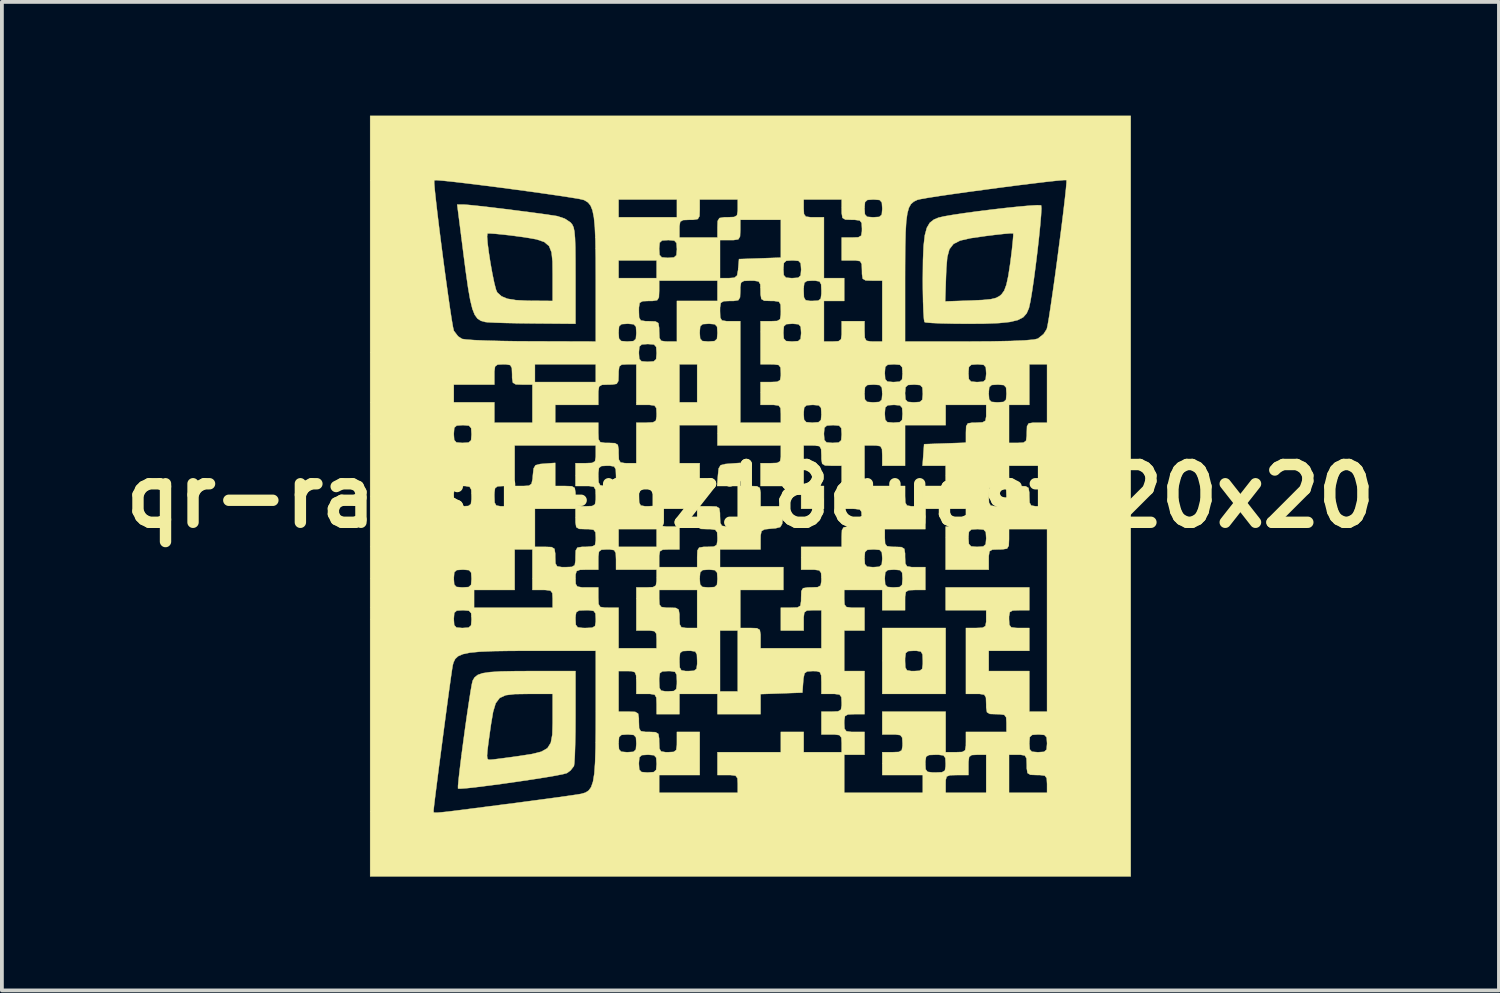
<source format=kicad_pcb>
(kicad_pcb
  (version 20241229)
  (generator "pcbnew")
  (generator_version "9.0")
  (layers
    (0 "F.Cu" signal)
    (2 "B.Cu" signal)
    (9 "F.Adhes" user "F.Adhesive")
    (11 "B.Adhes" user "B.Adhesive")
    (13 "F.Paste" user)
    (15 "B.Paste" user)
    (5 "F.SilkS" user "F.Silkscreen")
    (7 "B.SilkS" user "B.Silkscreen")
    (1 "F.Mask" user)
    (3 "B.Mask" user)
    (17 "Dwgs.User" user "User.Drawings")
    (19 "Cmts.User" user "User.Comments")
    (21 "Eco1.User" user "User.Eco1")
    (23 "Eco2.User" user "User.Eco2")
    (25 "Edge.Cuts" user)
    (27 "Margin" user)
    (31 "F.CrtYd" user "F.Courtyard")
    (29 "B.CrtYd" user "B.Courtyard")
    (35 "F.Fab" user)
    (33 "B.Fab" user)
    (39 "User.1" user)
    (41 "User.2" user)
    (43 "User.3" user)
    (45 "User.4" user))
  (footprint "qr-racsu-mz18quest_20x20"
    (layer "F.Cu")
    (at 16.735 10.031)
    (property "Reference" "qr-racsu-mz18quest_20x20" (at 0 0 0) (layer "F.SilkS") (effects (font (size 1.524 1.524) (thickness 0.3))))
    (attr through_hole)
    (fp_poly (pts (xy 5.147 5.214) (xy 3.476 5.214) (xy 3.476 4.345) (xy 4.077 4.345) (xy 4.084 4.516) (xy 4.128 4.592) (xy 4.242 4.612) (xy 4.311 4.612) (xy 4.461 4.604) (xy 4.528 4.554) (xy 4.545 4.424) (xy 4.545 4.345) (xy 4.538 4.174) (xy 4.494 4.097) (xy 4.38 4.078) (xy 4.311 4.077) (xy 4.162 4.085) (xy 4.095 4.135) (xy 4.078 4.266) (xy 4.077 4.345) (xy 3.476 4.345) (xy 3.476 3.476) (xy 5.147 3.476) (xy 5.147 5.214)) (stroke (width 0.01) (type solid)) (fill yes) (layer "F.SilkS"))
    (fp_poly (pts (xy -7.428 -7.678) (xy -7.202 -7.655) (xy -6.899 -7.621) (xy -6.548 -7.579) (xy -6.176 -7.532) (xy -5.811 -7.485) (xy -5.482 -7.441) (xy -5.217 -7.402) (xy -5.093 -7.383) (xy -4.896 -7.317) (xy -4.742 -7.215) (xy -4.697 -7.16) (xy -4.663 -7.087) (xy -4.64 -6.976) (xy -4.625 -6.806) (xy -4.616 -6.56) (xy -4.613 -6.217) (xy -4.612 -5.815) (xy -4.612 -4.545) (xy -5.732 -4.554) (xy -6.115 -4.559) (xy -6.46 -4.566) (xy -6.74 -4.575) (xy -6.93 -4.585) (xy -6.995 -4.592) (xy -7.106 -4.623) (xy -7.195 -4.681) (xy -7.268 -4.78) (xy -7.33 -4.937) (xy -7.387 -5.168) (xy -7.443 -5.488) (xy -7.504 -5.915) (xy -7.552 -6.283) (xy -7.623 -6.843) (xy -6.943 -6.843) (xy -6.929 -6.663) (xy -6.897 -6.419) (xy -6.854 -6.142) (xy -6.804 -5.865) (xy -6.754 -5.622) (xy -6.708 -5.445) (xy -6.676 -5.371) (xy -6.564 -5.27) (xy -6.41 -5.205) (xy -6.185 -5.168) (xy -5.863 -5.152) (xy -5.765 -5.151) (xy -5.214 -5.147) (xy -5.214 -5.838) (xy -5.218 -6.183) (xy -5.243 -6.428) (xy -5.309 -6.594) (xy -5.436 -6.702) (xy -5.644 -6.772) (xy -5.953 -6.825) (xy -6.189 -6.857) (xy -6.483 -6.893) (xy -6.724 -6.917) (xy -6.884 -6.928) (xy -6.934 -6.924) (xy -6.943 -6.843) (xy -7.623 -6.843) (xy -7.731 -7.687) (xy -7.55 -7.687) (xy -7.428 -7.678)) (stroke (width 0.01) (type solid)) (fill yes) (layer "F.SilkS"))
    (fp_poly (pts (xy -4.612 5.81) (xy -4.614 6.203) (xy -4.621 6.554) (xy -4.63 6.839) (xy -4.642 7.036) (xy -4.653 7.115) (xy -4.742 7.231) (xy -4.837 7.301) (xy -4.934 7.328) (xy -5.134 7.368) (xy -5.415 7.416) (xy -5.752 7.469) (xy -6.122 7.524) (xy -6.502 7.578) (xy -6.867 7.627) (xy -7.194 7.668) (xy -7.459 7.698) (xy -7.639 7.712) (xy -7.709 7.709) (xy -7.709 7.638) (xy -7.692 7.457) (xy -7.662 7.192) (xy -7.622 6.866) (xy -7.619 6.843) (xy -6.944 6.843) (xy -6.936 6.918) (xy -6.911 6.946) (xy -6.868 6.95) (xy -6.868 6.95) (xy -6.769 6.941) (xy -6.571 6.916) (xy -6.307 6.881) (xy -6.128 6.856) (xy -5.764 6.8) (xy -5.512 6.737) (xy -5.352 6.645) (xy -5.263 6.503) (xy -5.223 6.287) (xy -5.214 5.976) (xy -5.214 5.872) (xy -5.214 5.214) (xy -5.872 5.214) (xy -6.213 5.219) (xy -6.452 5.248) (xy -6.612 5.321) (xy -6.716 5.46) (xy -6.784 5.685) (xy -6.84 6.016) (xy -6.856 6.128) (xy -6.904 6.47) (xy -6.933 6.701) (xy -6.944 6.843) (xy -7.619 6.843) (xy -7.574 6.503) (xy -7.523 6.125) (xy -7.471 5.758) (xy -7.421 5.424) (xy -7.378 5.147) (xy -7.343 4.951) (xy -7.321 4.861) (xy -7.271 4.777) (xy -7.189 4.713) (xy -7.06 4.668) (xy -6.864 4.639) (xy -6.585 4.621) (xy -6.203 4.614) (xy -5.82 4.612) (xy -4.612 4.612) (xy -4.612 5.81)) (stroke (width 0.01) (type solid)) (fill yes) (layer "F.SilkS"))
    (fp_poly (pts (xy 7.659 -7.667) (xy 7.665 -7.665) (xy 7.672 -7.586) (xy 7.662 -7.4) (xy 7.639 -7.131) (xy 7.606 -6.803) (xy 7.565 -6.441) (xy 7.519 -6.069) (xy 7.472 -5.712) (xy 7.425 -5.394) (xy 7.383 -5.141) (xy 7.347 -4.975) (xy 7.342 -4.957) (xy 7.283 -4.82) (xy 7.192 -4.717) (xy 7.051 -4.643) (xy 6.844 -4.593) (xy 6.553 -4.563) (xy 6.161 -4.548) (xy 5.728 -4.545) (xy 5.359 -4.548) (xy 5.037 -4.555) (xy 4.786 -4.566) (xy 4.63 -4.579) (xy 4.59 -4.59) (xy 4.575 -4.668) (xy 4.562 -4.857) (xy 4.552 -5.134) (xy 4.552 -5.134) (xy 5.134 -5.134) (xy 5.807 -5.157) (xy 6.126 -5.172) (xy 6.341 -5.193) (xy 6.481 -5.228) (xy 6.577 -5.282) (xy 6.621 -5.321) (xy 6.692 -5.42) (xy 6.749 -5.575) (xy 6.8 -5.81) (xy 6.852 -6.151) (xy 6.856 -6.184) (xy 6.893 -6.479) (xy 6.918 -6.72) (xy 6.931 -6.879) (xy 6.929 -6.929) (xy 6.858 -6.93) (xy 6.683 -6.915) (xy 6.431 -6.887) (xy 6.184 -6.856) (xy 5.802 -6.801) (xy 5.531 -6.739) (xy 5.353 -6.649) (xy 5.246 -6.511) (xy 5.19 -6.303) (xy 5.165 -6.004) (xy 5.157 -5.807) (xy 5.134 -5.134) (xy 4.552 -5.134) (xy 4.546 -5.473) (xy 4.545 -5.728) (xy 4.55 -6.222) (xy 4.566 -6.599) (xy 4.598 -6.877) (xy 4.651 -7.074) (xy 4.729 -7.207) (xy 4.837 -7.292) (xy 4.957 -7.342) (xy 5.103 -7.376) (xy 5.342 -7.417) (xy 5.65 -7.463) (xy 6.002 -7.511) (xy 6.373 -7.557) (xy 6.739 -7.599) (xy 7.075 -7.634) (xy 7.356 -7.659) (xy 7.56 -7.671) (xy 7.659 -7.667)) (stroke (width 0.01) (type solid)) (fill yes) (layer "F.SilkS"))
    (fp_poly (pts (xy 10.026 10.026) (xy -10.026 10.026) (xy -10.026 8.322) (xy -8.357 8.322) (xy -8.351 8.336) (xy -8.325 8.345) (xy -8.264 8.345) (xy -8.154 8.336) (xy -7.98 8.318) (xy -7.729 8.287) (xy -7.386 8.243) (xy -6.936 8.185) (xy -6.448 8.122) (xy -5.963 8.059) (xy -5.513 7.999) (xy -5.118 7.946) (xy -4.799 7.901) (xy -4.573 7.868) (xy -4.461 7.849) (xy -4.351 7.817) (xy -4.265 7.762) (xy -4.199 7.67) (xy -4.15 7.526) (xy -4.116 7.317) (xy -4.097 7.052) (xy -2.941 7.052) (xy -2.931 7.209) (xy -2.872 7.273) (xy -2.725 7.286) (xy -2.707 7.286) (xy -2.55 7.275) (xy -2.486 7.217) (xy -2.473 7.07) (xy -2.473 7.052) (xy -2.484 6.895) (xy -2.542 6.831) (xy -2.689 6.818) (xy -2.707 6.818) (xy -2.864 6.828) (xy -2.928 6.887) (xy -2.941 7.034) (xy -2.941 7.052) (xy -4.097 7.052) (xy -4.095 7.027) (xy -4.083 6.642) (xy -4.082 6.517) (xy -3.476 6.517) (xy -3.465 6.674) (xy -3.407 6.738) (xy -3.26 6.751) (xy -3.242 6.751) (xy -3.085 6.741) (xy -3.021 6.682) (xy -3.008 6.535) (xy -3.008 6.517) (xy -3.018 6.36) (xy -3.077 6.296) (xy -3.224 6.283) (xy -3.242 6.283) (xy -3.399 6.294) (xy -3.463 6.352) (xy -3.476 6.499) (xy -3.476 6.517) (xy -4.082 6.517) (xy -4.078 6.147) (xy -4.077 5.752) (xy -4.077 4.612) (xy -3.476 4.612) (xy -3.476 5.682) (xy -3.208 5.682) (xy -3.037 5.688) (xy -2.961 5.733) (xy -2.942 5.855) (xy -2.941 5.949) (xy -2.935 6.12) (xy -2.89 6.196) (xy -2.767 6.216) (xy -2.674 6.216) (xy -2.503 6.223) (xy -2.427 6.268) (xy -2.407 6.39) (xy -2.406 6.484) (xy -2.399 6.655) (xy -2.356 6.731) (xy -2.241 6.75) (xy -2.172 6.751) (xy -2.023 6.743) (xy -1.956 6.693) (xy -1.939 6.563) (xy -1.938 6.484) (xy -1.938 6.216) (xy -1.337 6.216) (xy -1.337 7.353) (xy -2.406 7.353) (xy -2.406 7.821) (xy -0.334 7.821) (xy -0.334 7.587) (xy -0.342 7.437) (xy -0.392 7.37) (xy -0.523 7.353) (xy -0.602 7.353) (xy -0.869 7.353) (xy -0.869 6.751) (xy 0.802 6.751) (xy 0.802 6.216) (xy 1.404 6.216) (xy 1.404 6.751) (xy 2.406 6.751) (xy 2.406 6.517) (xy 2.398 6.367) (xy 2.348 6.301) (xy 2.218 6.284) (xy 2.139 6.283) (xy 1.872 6.283) (xy 1.872 5.682) (xy 2.139 5.682) (xy 2.31 5.674) (xy 2.386 5.631) (xy 2.406 5.517) (xy 2.406 5.448) (xy 2.398 5.298) (xy 2.348 5.231) (xy 2.218 5.214) (xy 2.139 5.214) (xy 1.872 5.214) (xy 1.872 4.913) (xy 1.867 4.728) (xy 1.833 4.641) (xy 1.742 4.614) (xy 1.641 4.612) (xy 1.497 4.621) (xy 1.427 4.671) (xy 1.399 4.8) (xy 1.391 4.896) (xy 1.37 5.18) (xy 0.267 5.219) (xy 0.267 5.748) (xy -0.869 5.748) (xy -0.869 5.214) (xy -1.872 5.214) (xy -1.872 5.748) (xy -2.473 5.748) (xy -2.473 5.481) (xy -2.48 5.31) (xy -2.525 5.234) (xy -2.647 5.214) (xy -2.741 5.214) (xy -3.008 5.214) (xy -3.008 4.913) (xy -3.009 4.879) (xy -2.406 4.879) (xy -2.399 5.051) (xy -2.356 5.127) (xy -2.241 5.146) (xy -2.172 5.147) (xy -2.023 5.139) (xy -1.956 5.089) (xy -1.939 4.958) (xy -1.938 4.879) (xy -1.946 4.708) (xy -1.989 4.632) (xy -2.103 4.613) (xy -2.172 4.612) (xy -2.322 4.62) (xy -2.389 4.67) (xy -2.406 4.801) (xy -2.406 4.879) (xy -3.009 4.879) (xy -3.013 4.728) (xy -3.047 4.641) (xy -3.138 4.614) (xy -3.242 4.612) (xy -3.476 4.612) (xy -4.077 4.612) (xy -4.077 4.345) (xy -1.872 4.345) (xy -1.864 4.516) (xy -1.821 4.592) (xy -1.707 4.612) (xy -1.638 4.612) (xy -1.488 4.604) (xy -1.421 4.554) (xy -1.404 4.424) (xy -1.404 4.345) (xy -1.411 4.174) (xy -1.454 4.097) (xy -1.569 4.078) (xy -1.638 4.077) (xy -1.787 4.085) (xy -1.854 4.135) (xy -1.871 4.266) (xy -1.872 4.345) (xy -4.077 4.345) (xy -4.077 4.077) (xy -5.752 4.077) (xy -6.327 4.079) (xy -6.783 4.086) (xy -7.134 4.101) (xy -7.395 4.126) (xy -7.581 4.165) (xy -7.706 4.219) (xy -7.784 4.292) (xy -7.829 4.385) (xy -7.849 4.461) (xy -7.866 4.564) (xy -7.897 4.777) (xy -7.939 5.077) (xy -7.989 5.445) (xy -8.044 5.858) (xy -8.102 6.297) (xy -8.16 6.739) (xy -8.216 7.164) (xy -8.265 7.551) (xy -8.307 7.88) (xy -8.337 8.127) (xy -8.353 8.274) (xy -8.355 8.303) (xy -8.357 8.322) (xy -10.026 8.322) (xy -10.026 3.242) (xy -7.821 3.242) (xy -7.81 3.399) (xy -7.752 3.463) (xy -7.604 3.476) (xy -7.587 3.476) (xy -7.43 3.465) (xy -7.365 3.407) (xy -7.353 3.26) (xy -7.353 3.242) (xy -4.612 3.242) (xy -4.604 3.392) (xy -4.554 3.458) (xy -4.424 3.475) (xy -4.345 3.476) (xy -4.174 3.469) (xy -4.097 3.425) (xy -4.078 3.311) (xy -4.077 3.242) (xy -4.085 3.092) (xy -4.135 3.025) (xy -4.266 3.008) (xy -4.345 3.008) (xy -4.516 3.015) (xy -4.592 3.059) (xy -4.612 3.173) (xy -4.612 3.242) (xy -7.353 3.242) (xy -7.363 3.085) (xy -7.421 3.021) (xy -7.569 3.008) (xy -7.587 3.008) (xy -7.743 3.018) (xy -7.808 3.077) (xy -7.82 3.224) (xy -7.821 3.242) (xy -10.026 3.242) (xy -10.026 2.473) (xy -7.286 2.473) (xy -7.286 2.941) (xy -5.214 2.941) (xy -5.214 2.707) (xy -5.222 2.557) (xy -5.272 2.491) (xy -5.402 2.474) (xy -5.481 2.473) (xy -5.748 2.473) (xy -5.748 2.172) (xy -4.612 2.172) (xy -4.606 2.316) (xy -4.562 2.384) (xy -4.445 2.405) (xy -4.311 2.406) (xy -4.011 2.406) (xy -4.011 2.674) (xy -4.004 2.845) (xy -3.959 2.921) (xy -3.837 2.94) (xy -3.743 2.941) (xy -3.476 2.941) (xy -3.476 4.011) (xy -2.473 4.011) (xy -2.473 3.777) (xy -2.481 3.627) (xy -2.531 3.56) (xy -2.662 3.543) (xy -2.741 3.543) (xy -0.802 3.543) (xy -0.802 5.147) (xy -0.334 5.147) (xy -0.334 3.543) (xy -0.802 3.543) (xy -2.741 3.543) (xy -3.008 3.543) (xy -3.008 2.473) (xy -2.406 2.473) (xy -2.406 2.707) (xy -2.398 2.857) (xy -2.348 2.923) (xy -2.218 2.941) (xy -2.139 2.941) (xy -1.968 2.947) (xy -1.892 2.993) (xy -1.872 3.115) (xy -1.872 3.208) (xy -1.864 3.38) (xy -1.821 3.456) (xy -1.707 3.475) (xy -1.638 3.476) (xy -1.404 3.476) (xy -1.404 2.473) (xy -2.406 2.473) (xy -3.008 2.473) (xy -3.008 2.406) (xy -2.741 2.406) (xy -2.569 2.399) (xy -2.493 2.356) (xy -2.474 2.241) (xy -2.473 2.172) (xy -1.337 2.172) (xy -1.326 2.329) (xy -1.268 2.393) (xy -1.121 2.406) (xy -1.103 2.406) (xy -0.946 2.396) (xy -0.882 2.338) (xy -0.869 2.19) (xy -0.869 2.172) (xy -0.879 2.016) (xy -0.938 1.951) (xy -1.085 1.938) (xy -1.103 1.938) (xy -1.26 1.949) (xy -1.324 2.007) (xy -1.337 2.155) (xy -1.337 2.172) (xy -2.473 2.172) (xy -2.473 1.938) (xy -3.543 1.938) (xy -3.543 1.671) (xy -3.55 1.5) (xy -3.593 1.424) (xy -3.708 1.404) (xy -3.777 1.404) (xy -3.926 1.412) (xy -3.993 1.462) (xy -4.01 1.592) (xy -4.011 1.671) (xy -4.011 1.938) (xy -4.311 1.938) (xy -4.496 1.943) (xy -4.584 1.977) (xy -4.61 2.068) (xy -4.612 2.172) (xy -5.748 2.172) (xy -5.748 1.404) (xy -6.216 1.404) (xy -6.216 2.473) (xy -7.286 2.473) (xy -10.026 2.473) (xy -10.026 2.172) (xy -7.821 2.172) (xy -7.81 2.329) (xy -7.752 2.393) (xy -7.604 2.406) (xy -7.587 2.406) (xy -7.43 2.396) (xy -7.365 2.338) (xy -7.353 2.19) (xy -7.353 2.172) (xy -7.363 2.016) (xy -7.421 1.951) (xy -7.569 1.938) (xy -7.587 1.938) (xy -7.743 1.949) (xy -7.808 2.007) (xy -7.82 2.155) (xy -7.821 2.172) (xy -10.026 2.172) (xy -10.026 0.334) (xy -5.682 0.334) (xy -5.682 1.337) (xy -5.414 1.337) (xy -5.243 1.343) (xy -5.167 1.388) (xy -5.147 1.511) (xy -5.147 1.604) (xy -5.14 1.775) (xy -5.095 1.851) (xy -4.973 1.871) (xy -4.879 1.872) (xy -4.708 1.865) (xy -4.632 1.82) (xy -4.613 1.698) (xy -4.612 1.604) (xy -4.606 1.433) (xy -4.561 1.357) (xy -4.438 1.337) (xy -4.345 1.337) (xy -4.174 1.33) (xy -4.097 1.286) (xy -4.078 1.172) (xy -4.077 1.103) (xy -4.085 0.953) (xy -4.135 0.887) (xy -4.266 0.869) (xy -4.345 0.869) (xy -3.476 0.869) (xy -3.476 1.337) (xy -2.473 1.337) (xy -2.473 0.869) (xy -3.476 0.869) (xy -4.345 0.869) (xy -4.516 0.863) (xy -4.592 0.817) (xy -4.611 0.695) (xy -4.612 0.602) (xy -4.612 0.334) (xy -2.406 0.334) (xy -2.406 0.568) (xy -2.398 0.718) (xy -2.348 0.785) (xy -2.218 0.802) (xy -2.139 0.802) (xy -1.872 0.802) (xy -1.872 1.404) (xy -2.139 1.404) (xy -2.31 1.411) (xy -2.386 1.454) (xy -2.406 1.569) (xy -2.406 1.638) (xy -2.406 1.872) (xy -1.404 1.872) (xy -1.404 1.604) (xy -1.397 1.433) (xy -1.352 1.357) (xy -1.23 1.337) (xy -1.136 1.337) (xy -0.965 1.33) (xy -0.889 1.286) (xy -0.87 1.172) (xy -0.869 1.103) (xy -0.877 0.953) (xy -0.927 0.887) (xy -1.057 0.869) (xy -1.136 0.869) (xy -1.307 0.863) (xy -1.383 0.817) (xy -1.403 0.695) (xy -1.404 0.602) (xy -1.404 0.334) (xy -2.406 0.334) (xy -4.612 0.334) (xy -5.682 0.334) (xy -10.026 0.334) (xy -10.026 0) (xy -7.821 0) (xy -7.813 0.171) (xy -7.77 0.247) (xy -7.656 0.267) (xy -7.587 0.267) (xy -7.437 0.259) (xy -7.37 0.209) (xy -7.353 0.079) (xy -7.353 0) (xy -6.751 0) (xy -6.744 0.171) (xy -6.7 0.247) (xy -6.586 0.267) (xy -6.517 0.267) (xy -6.367 0.259) (xy -6.301 0.209) (xy -6.284 0.079) (xy -6.283 0) (xy -6.29 -0.171) (xy -6.334 -0.247) (xy -6.448 -0.267) (xy -6.517 -0.267) (xy -6.667 -0.259) (xy -6.733 -0.209) (xy -6.751 -0.079) (xy -6.751 0) (xy -7.353 0) (xy -7.36 -0.171) (xy -7.403 -0.247) (xy -7.518 -0.267) (xy -7.587 -0.267) (xy -7.736 -0.259) (xy -7.803 -0.209) (xy -7.82 -0.079) (xy -7.821 0) (xy -10.026 0) (xy -10.026 -1.337) (xy -6.216 -1.337) (xy -6.216 -0.267) (xy -5.986 -0.267) (xy -5.841 -0.276) (xy -5.771 -0.326) (xy -5.743 -0.455) (xy -5.736 -0.551) (xy -5.716 -0.73) (xy -5.666 -0.815) (xy -5.544 -0.847) (xy -5.431 -0.856) (xy -5.147 -0.877) (xy -5.147 -0.267) (xy -4.879 -0.267) (xy -4.708 -0.261) (xy -4.632 -0.216) (xy -4.613 -0.094) (xy -4.612 0) (xy -4.606 0.171) (xy -4.561 0.247) (xy -4.438 0.267) (xy -4.345 0.267) (xy -4.174 0.261) (xy -4.098 0.216) (xy -4.078 0.094) (xy -4.077 0) (xy -2.941 0) (xy -2.934 0.171) (xy -2.89 0.247) (xy -2.776 0.267) (xy -2.707 0.267) (xy -2.557 0.259) (xy -2.491 0.209) (xy -2.474 0.079) (xy -2.473 0) (xy -2.48 -0.171) (xy -2.524 -0.247) (xy -2.638 -0.267) (xy -2.707 -0.267) (xy -2.857 -0.259) (xy -2.923 -0.209) (xy -2.941 -0.079) (xy -2.941 0) (xy -4.077 0) (xy -4.084 -0.171) (xy -4.129 -0.247) (xy -4.251 -0.267) (xy -4.345 -0.267) (xy -4.612 -0.267) (xy -4.612 -0.535) (xy -4.011 -0.535) (xy -4.003 -0.364) (xy -3.96 -0.287) (xy -3.846 -0.268) (xy -3.777 -0.267) (xy -3.627 -0.275) (xy -3.56 -0.325) (xy -3.543 -0.456) (xy -3.543 -0.535) (xy -3.55 -0.706) (xy -3.593 -0.782) (xy -3.708 -0.802) (xy -3.777 -0.802) (xy -3.926 -0.794) (xy -3.993 -0.744) (xy -4.01 -0.614) (xy -4.011 -0.535) (xy -4.612 -0.535) (xy -4.612 -0.869) (xy -4.345 -0.869) (xy -4.174 -0.876) (xy -4.097 -0.92) (xy -4.078 -1.034) (xy -4.077 -1.103) (xy -4.077 -1.337) (xy -6.216 -1.337) (xy -10.026 -1.337) (xy -10.026 -1.638) (xy -7.821 -1.638) (xy -7.81 -1.481) (xy -7.752 -1.417) (xy -7.604 -1.404) (xy -7.587 -1.404) (xy -7.43 -1.414) (xy -7.365 -1.472) (xy -7.353 -1.62) (xy -7.353 -1.638) (xy -7.363 -1.794) (xy -7.421 -1.859) (xy -7.569 -1.872) (xy -7.587 -1.872) (xy -7.743 -1.861) (xy -7.808 -1.803) (xy -7.82 -1.655) (xy -7.821 -1.638) (xy -10.026 -1.638) (xy -10.026 -2.941) (xy -7.821 -2.941) (xy -7.821 -2.473) (xy -6.751 -2.473) (xy -6.751 -1.938) (xy -5.748 -1.938) (xy -5.748 -2.406) (xy -5.147 -2.406) (xy -5.147 -1.938) (xy -4.011 -1.938) (xy -4.011 -1.671) (xy -4.004 -1.5) (xy -3.959 -1.424) (xy -3.837 -1.404) (xy -3.743 -1.404) (xy -3.572 -1.397) (xy -3.496 -1.352) (xy -3.476 -1.23) (xy -3.476 -1.136) (xy -3.469 -0.965) (xy -3.425 -0.889) (xy -3.311 -0.87) (xy -3.242 -0.869) (xy -3.008 -0.869) (xy -3.008 -1.872) (xy -1.872 -1.872) (xy -1.872 -0.869) (xy -1.337 -0.869) (xy -1.337 0.267) (xy -1.069 0.267) (xy -0.898 0.274) (xy -0.822 0.319) (xy -0.803 0.441) (xy -0.802 0.535) (xy -0.795 0.706) (xy -0.751 0.782) (xy -0.637 0.802) (xy -0.568 0.802) (xy -0.334 0.802) (xy -0.334 -0.267) (xy -0.877 -0.267) (xy -0.856 -0.551) (xy -0.837 -0.73) (xy -0.786 -0.815) (xy -0.665 -0.847) (xy -0.551 -0.856) (xy -0.267 -0.877) (xy -0.267 -0.267) (xy 0 -0.267) (xy 0.171 -0.261) (xy 0.247 -0.216) (xy 0.267 -0.094) (xy 0.267 0) (xy 0.267 0.267) (xy 0.877 0.267) (xy 0.856 0.551) (xy 0.837 0.73) (xy 0.786 0.815) (xy 0.665 0.847) (xy 0.551 0.856) (xy 0.374 0.875) (xy 0.292 0.922) (xy 0.269 1.035) (xy 0.267 1.14) (xy 0.267 1.404) (xy -0.802 1.404) (xy -0.802 1.872) (xy 0.869 1.872) (xy 0.869 2.473) (xy -0.267 2.473) (xy -0.267 3.476) (xy 0 3.476) (xy 0.171 3.482) (xy 0.247 3.527) (xy 0.267 3.649) (xy 0.267 3.743) (xy 0.267 4.011) (xy 1.872 4.011) (xy 1.872 3.008) (xy 1.638 3.008) (xy 1.488 3.016) (xy 1.421 3.066) (xy 1.404 3.196) (xy 1.404 3.275) (xy 1.404 3.543) (xy 0.802 3.543) (xy 0.802 2.941) (xy 1.069 2.941) (xy 1.241 2.935) (xy 1.317 2.89) (xy 1.336 2.767) (xy 1.337 2.674) (xy 1.343 2.503) (xy 1.361 2.473) (xy 2.473 2.473) (xy 2.473 2.707) (xy 2.481 2.857) (xy 2.531 2.923) (xy 2.662 2.941) (xy 2.741 2.941) (xy 3.008 2.941) (xy 3.008 3.543) (xy 2.473 3.543) (xy 2.473 4.612) (xy 3.008 4.612) (xy 3.008 5.748) (xy 2.741 5.748) (xy 2.569 5.756) (xy 2.493 5.799) (xy 2.474 5.913) (xy 2.473 5.982) (xy 2.481 6.132) (xy 2.531 6.199) (xy 2.662 6.216) (xy 2.741 6.216) (xy 3.008 6.216) (xy 3.008 6.818) (xy 2.473 6.818) (xy 2.473 7.821) (xy 4.545 7.821) (xy 4.545 7.587) (xy 5.147 7.587) (xy 5.147 7.821) (xy 6.216 7.821) (xy 6.216 6.818) (xy 6.818 6.818) (xy 6.818 7.821) (xy 7.821 7.821) (xy 7.821 7.587) (xy 7.812 7.437) (xy 7.762 7.37) (xy 7.632 7.353) (xy 7.553 7.353) (xy 7.382 7.346) (xy 7.306 7.301) (xy 7.286 7.179) (xy 7.286 7.085) (xy 7.279 6.914) (xy 7.235 6.838) (xy 7.121 6.818) (xy 7.052 6.818) (xy 6.818 6.818) (xy 6.216 6.818) (xy 5.982 6.818) (xy 5.833 6.826) (xy 5.766 6.876) (xy 5.749 7.006) (xy 5.748 7.085) (xy 5.748 7.353) (xy 5.448 7.353) (xy 5.263 7.358) (xy 5.175 7.391) (xy 5.149 7.482) (xy 5.147 7.587) (xy 4.545 7.587) (xy 4.545 7.353) (xy 3.476 7.353) (xy 3.476 7.052) (xy 4.612 7.052) (xy 4.62 7.202) (xy 4.67 7.268) (xy 4.801 7.285) (xy 4.879 7.286) (xy 5.051 7.279) (xy 5.127 7.235) (xy 5.146 7.121) (xy 5.147 7.052) (xy 5.139 6.902) (xy 5.089 6.835) (xy 4.958 6.818) (xy 4.879 6.818) (xy 4.708 6.825) (xy 4.632 6.869) (xy 4.613 6.983) (xy 4.612 7.052) (xy 3.476 7.052) (xy 3.476 6.751) (xy 3.743 6.751) (xy 3.914 6.744) (xy 3.99 6.7) (xy 4.01 6.586) (xy 4.011 6.517) (xy 4.002 6.367) (xy 3.952 6.301) (xy 3.822 6.284) (xy 3.743 6.283) (xy 3.476 6.283) (xy 3.476 5.682) (xy 5.147 5.682) (xy 5.147 6.751) (xy 5.414 6.751) (xy 5.585 6.745) (xy 5.661 6.7) (xy 5.681 6.577) (xy 5.681 6.517) (xy 7.353 6.517) (xy 7.363 6.674) (xy 7.421 6.738) (xy 7.569 6.751) (xy 7.587 6.751) (xy 7.743 6.741) (xy 7.808 6.682) (xy 7.82 6.535) (xy 7.821 6.517) (xy 7.81 6.36) (xy 7.752 6.296) (xy 7.604 6.283) (xy 7.587 6.283) (xy 7.43 6.294) (xy 7.365 6.352) (xy 7.353 6.499) (xy 7.353 6.517) (xy 5.681 6.517) (xy 5.682 6.484) (xy 5.682 6.216) (xy 6.751 6.216) (xy 6.751 5.982) (xy 6.743 5.833) (xy 6.693 5.766) (xy 6.563 5.749) (xy 6.484 5.748) (xy 6.313 5.742) (xy 6.237 5.697) (xy 6.217 5.575) (xy 6.216 5.481) (xy 6.21 5.31) (xy 6.165 5.234) (xy 6.043 5.214) (xy 5.949 5.214) (xy 5.682 5.214) (xy 5.682 3.476) (xy 5.949 3.476) (xy 6.12 3.469) (xy 6.196 3.425) (xy 6.216 3.311) (xy 6.216 3.242) (xy 6.216 3.008) (xy 5.147 3.008) (xy 5.147 2.406) (xy 7.353 2.406) (xy 7.353 3.008) (xy 7.085 3.008) (xy 6.914 3.015) (xy 6.838 3.059) (xy 6.818 3.173) (xy 6.818 3.242) (xy 6.826 3.392) (xy 6.876 3.458) (xy 7.006 3.475) (xy 7.085 3.476) (xy 7.353 3.476) (xy 7.353 4.077) (xy 6.283 4.077) (xy 6.283 4.612) (xy 7.353 4.612) (xy 7.353 5.682) (xy 7.821 5.682) (xy 7.821 0.869) (xy 6.818 0.869) (xy 6.818 1.136) (xy 6.811 1.307) (xy 6.766 1.383) (xy 6.644 1.403) (xy 6.551 1.404) (xy 6.379 1.41) (xy 6.303 1.455) (xy 6.284 1.577) (xy 6.283 1.671) (xy 6.283 1.938) (xy 5.147 1.938) (xy 5.147 1.103) (xy 5.748 1.103) (xy 5.759 1.26) (xy 5.817 1.324) (xy 5.965 1.337) (xy 5.982 1.337) (xy 6.139 1.326) (xy 6.203 1.268) (xy 6.216 1.121) (xy 6.216 1.103) (xy 6.206 0.946) (xy 6.148 0.882) (xy 6 0.869) (xy 5.982 0.869) (xy 5.826 0.879) (xy 5.761 0.938) (xy 5.748 1.085) (xy 5.748 1.103) (xy 5.147 1.103) (xy 5.147 0.802) (xy 5.414 0.802) (xy 5.585 0.795) (xy 5.661 0.751) (xy 5.681 0.637) (xy 5.682 0.568) (xy 5.682 0.334) (xy 4.612 0.334) (xy 4.612 0.869) (xy 3.543 0.869) (xy 3.543 1.103) (xy 3.551 1.253) (xy 3.601 1.319) (xy 3.731 1.336) (xy 3.81 1.337) (xy 3.981 1.343) (xy 4.057 1.388) (xy 4.077 1.511) (xy 4.077 1.604) (xy 4.084 1.775) (xy 4.129 1.851) (xy 4.251 1.871) (xy 4.345 1.872) (xy 4.612 1.872) (xy 4.612 2.473) (xy 4.345 2.473) (xy 4.174 2.48) (xy 4.098 2.525) (xy 4.078 2.647) (xy 4.077 2.741) (xy 4.077 3.008) (xy 3.476 3.008) (xy 3.476 2.473) (xy 2.473 2.473) (xy 1.361 2.473) (xy 1.388 2.427) (xy 1.511 2.407) (xy 1.604 2.406) (xy 1.775 2.399) (xy 1.851 2.356) (xy 1.871 2.241) (xy 1.872 2.172) (xy 3.543 2.172) (xy 3.553 2.329) (xy 3.611 2.393) (xy 3.759 2.406) (xy 3.777 2.406) (xy 3.933 2.396) (xy 3.998 2.338) (xy 4.01 2.19) (xy 4.011 2.172) (xy 4 2.016) (xy 3.942 1.951) (xy 3.794 1.938) (xy 3.777 1.938) (xy 3.62 1.949) (xy 3.555 2.007) (xy 3.543 2.155) (xy 3.543 2.172) (xy 1.872 2.172) (xy 1.863 2.023) (xy 1.814 1.956) (xy 1.683 1.939) (xy 1.604 1.938) (xy 1.337 1.938) (xy 1.337 1.638) (xy 3.008 1.638) (xy 3.018 1.794) (xy 3.077 1.859) (xy 3.224 1.872) (xy 3.242 1.872) (xy 3.399 1.861) (xy 3.463 1.803) (xy 3.476 1.655) (xy 3.476 1.638) (xy 3.465 1.481) (xy 3.407 1.417) (xy 3.26 1.404) (xy 3.242 1.404) (xy 3.085 1.414) (xy 3.021 1.472) (xy 3.008 1.62) (xy 3.008 1.638) (xy 1.337 1.638) (xy 1.337 1.337) (xy 2.406 1.337) (xy 2.406 1.069) (xy 2.413 0.898) (xy 2.458 0.822) (xy 2.58 0.803) (xy 2.674 0.802) (xy 2.845 0.795) (xy 2.921 0.751) (xy 2.94 0.637) (xy 2.941 0.568) (xy 2.933 0.418) (xy 2.883 0.352) (xy 2.753 0.335) (xy 2.674 0.334) (xy 2.406 0.334) (xy 2.406 -0.802) (xy 2.139 -0.802) (xy 1.968 -0.809) (xy 1.892 -0.854) (xy 1.872 -0.976) (xy 1.872 -1.069) (xy 1.864 -1.241) (xy 1.821 -1.317) (xy 1.707 -1.336) (xy 1.638 -1.337) (xy 3.008 -1.337) (xy 3.008 -0.267) (xy 4.077 -0.267) (xy 4.077 0) (xy 4.084 0.171) (xy 4.128 0.247) (xy 4.242 0.267) (xy 4.311 0.267) (xy 4.461 0.259) (xy 4.528 0.209) (xy 4.545 0.079) (xy 4.545 0) (xy 6.283 0) (xy 6.29 0.171) (xy 6.334 0.247) (xy 6.448 0.267) (xy 6.517 0.267) (xy 6.667 0.259) (xy 6.733 0.209) (xy 6.751 0.079) (xy 6.751 0) (xy 6.744 -0.171) (xy 6.7 -0.247) (xy 6.586 -0.267) (xy 6.517 -0.267) (xy 6.367 -0.259) (xy 6.301 -0.209) (xy 6.284 -0.079) (xy 6.283 0) (xy 4.545 0) (xy 4.545 -0.267) (xy 5.147 -0.267) (xy 5.147 -0.802) (xy 6.818 -0.802) (xy 6.818 -0.535) (xy 6.824 -0.364) (xy 6.869 -0.288) (xy 6.992 -0.268) (xy 7.085 -0.267) (xy 7.256 -0.261) (xy 7.332 -0.216) (xy 7.352 -0.094) (xy 7.353 0) (xy 7.36 0.171) (xy 7.403 0.247) (xy 7.518 0.267) (xy 7.587 0.267) (xy 7.821 0.267) (xy 7.821 -0.802) (xy 6.818 -0.802) (xy 5.147 -0.802) (xy 4.538 -0.802) (xy 4.579 -1.37) (xy 5.13 -1.39) (xy 5.682 -1.409) (xy 5.682 -1.674) (xy 5.688 -1.843) (xy 5.733 -1.918) (xy 5.856 -1.938) (xy 5.949 -1.938) (xy 6.12 -1.946) (xy 6.196 -1.989) (xy 6.216 -2.103) (xy 6.216 -2.172) (xy 6.216 -2.406) (xy 6.818 -2.406) (xy 6.818 -1.404) (xy 7.052 -1.404) (xy 7.202 -1.412) (xy 7.268 -1.462) (xy 7.285 -1.592) (xy 7.286 -1.671) (xy 7.292 -1.842) (xy 7.337 -1.918) (xy 7.459 -1.938) (xy 7.553 -1.938) (xy 7.821 -1.938) (xy 7.821 -3.476) (xy 7.353 -3.476) (xy 7.353 -2.406) (xy 6.818 -2.406) (xy 6.216 -2.406) (xy 5.147 -2.406) (xy 5.147 -1.872) (xy 4.077 -1.872) (xy 4.077 -0.802) (xy 3.476 -0.802) (xy 3.476 -1.069) (xy 3.469 -1.241) (xy 3.425 -1.317) (xy 3.311 -1.336) (xy 3.242 -1.337) (xy 3.008 -1.337) (xy 1.638 -1.337) (xy 1.404 -1.337) (xy 1.404 -0.267) (xy 1.938 -0.267) (xy 1.938 0.334) (xy 1.337 0.334) (xy 1.337 -0.267) (xy 0.267 -0.267) (xy 0.267 -0.869) (xy 0.535 -0.869) (xy 0.706 -0.876) (xy 0.782 -0.92) (xy 0.802 -1.034) (xy 0.802 -1.103) (xy 0.802 -1.337) (xy -0.869 -1.337) (xy -0.869 -1.638) (xy 1.938 -1.638) (xy 1.949 -1.481) (xy 2.007 -1.417) (xy 2.155 -1.404) (xy 2.172 -1.404) (xy 2.329 -1.414) (xy 2.393 -1.472) (xy 2.406 -1.62) (xy 2.406 -1.638) (xy 2.396 -1.794) (xy 2.338 -1.859) (xy 2.19 -1.872) (xy 2.172 -1.872) (xy 2.016 -1.861) (xy 1.951 -1.803) (xy 1.938 -1.655) (xy 1.938 -1.638) (xy -0.869 -1.638) (xy -0.869 -1.872) (xy -1.872 -1.872) (xy -3.008 -1.872) (xy -3.008 -1.938) (xy -2.741 -1.938) (xy -2.569 -1.946) (xy -2.493 -1.989) (xy -2.474 -2.103) (xy -2.473 -2.172) (xy -2.481 -2.322) (xy -2.531 -2.389) (xy -2.662 -2.406) (xy -2.741 -2.406) (xy -3.008 -2.406) (xy -3.008 -3.476) (xy -1.872 -3.476) (xy -1.872 -2.473) (xy -1.404 -2.473) (xy -1.404 -3.476) (xy -1.872 -3.476) (xy -3.008 -3.476) (xy -3.242 -3.476) (xy -3.392 -3.468) (xy -3.458 -3.418) (xy -3.475 -3.287) (xy -3.476 -3.208) (xy -3.482 -3.037) (xy -3.527 -2.961) (xy -3.649 -2.942) (xy -3.743 -2.941) (xy -3.914 -2.935) (xy -3.99 -2.89) (xy -4.01 -2.767) (xy -4.011 -2.674) (xy -4.011 -2.406) (xy -5.147 -2.406) (xy -5.748 -2.406) (xy -5.748 -2.941) (xy -6.016 -2.941) (xy -6.187 -2.947) (xy -6.263 -2.993) (xy -6.283 -3.115) (xy -6.283 -3.208) (xy -6.29 -3.38) (xy -6.334 -3.456) (xy -6.448 -3.475) (xy -6.517 -3.476) (xy -5.682 -3.476) (xy -5.682 -3.008) (xy -4.077 -3.008) (xy -4.077 -3.476) (xy -5.682 -3.476) (xy -6.517 -3.476) (xy -6.667 -3.468) (xy -6.733 -3.418) (xy -6.751 -3.287) (xy -6.751 -3.208) (xy -6.751 -2.941) (xy -7.821 -2.941) (xy -10.026 -2.941) (xy -10.026 -3.777) (xy -2.941 -3.777) (xy -2.931 -3.62) (xy -2.872 -3.555) (xy -2.725 -3.543) (xy -2.707 -3.543) (xy -2.55 -3.553) (xy -2.486 -3.611) (xy -2.473 -3.759) (xy -2.473 -3.777) (xy -2.484 -3.933) (xy -2.542 -3.998) (xy -2.689 -4.01) (xy -2.707 -4.011) (xy -2.864 -4) (xy -2.928 -3.942) (xy -2.941 -3.794) (xy -2.941 -3.777) (xy -10.026 -3.777) (xy -10.026 -8.257) (xy -8.337 -8.257) (xy -8.322 -8.072) (xy -8.292 -7.795) (xy -8.252 -7.446) (xy -8.203 -7.044) (xy -8.148 -6.611) (xy -8.09 -6.165) (xy -8.031 -5.727) (xy -7.974 -5.318) (xy -7.922 -4.956) (xy -7.877 -4.662) (xy -7.842 -4.457) (xy -7.819 -4.359) (xy -7.708 -4.214) (xy -7.604 -4.146) (xy -7.497 -4.13) (xy -7.277 -4.114) (xy -6.963 -4.101) (xy -6.575 -4.091) (xy -6.134 -4.084) (xy -5.765 -4.082) (xy -4.077 -4.077) (xy -4.077 -4.311) (xy -3.476 -4.311) (xy -3.465 -4.155) (xy -3.407 -4.09) (xy -3.26 -4.077) (xy -3.242 -4.077) (xy -3.085 -4.088) (xy -3.021 -4.146) (xy -3.008 -4.294) (xy -3.008 -4.311) (xy -3.018 -4.468) (xy -3.077 -4.532) (xy -3.224 -4.545) (xy -3.242 -4.545) (xy -3.399 -4.535) (xy -3.463 -4.477) (xy -3.476 -4.329) (xy -3.476 -4.311) (xy -4.077 -4.311) (xy -4.077 -4.879) (xy -2.941 -4.879) (xy -2.935 -4.708) (xy -2.89 -4.632) (xy -2.767 -4.613) (xy -2.674 -4.612) (xy -2.503 -4.606) (xy -2.427 -4.561) (xy -2.407 -4.438) (xy -2.406 -4.345) (xy -2.399 -4.174) (xy -2.356 -4.097) (xy -2.241 -4.078) (xy -2.172 -4.077) (xy -1.938 -4.077) (xy -1.938 -4.311) (xy -1.337 -4.311) (xy -1.326 -4.155) (xy -1.268 -4.09) (xy -1.121 -4.077) (xy -1.103 -4.077) (xy -0.946 -4.088) (xy -0.882 -4.146) (xy -0.869 -4.294) (xy -0.869 -4.311) (xy -0.879 -4.468) (xy -0.938 -4.532) (xy -1.085 -4.545) (xy -1.103 -4.545) (xy -1.26 -4.535) (xy -1.324 -4.477) (xy -1.337 -4.329) (xy -1.337 -4.311) (xy -1.938 -4.311) (xy -1.938 -4.879) (xy -0.802 -4.879) (xy -0.796 -4.708) (xy -0.751 -4.632) (xy -0.628 -4.613) (xy -0.535 -4.612) (xy -0.267 -4.612) (xy -0.267 -1.938) (xy 0.802 -1.938) (xy 0.802 -2.172) (xy 1.404 -2.172) (xy 1.414 -2.016) (xy 1.472 -1.951) (xy 1.62 -1.938) (xy 1.638 -1.938) (xy 1.794 -1.949) (xy 1.859 -2.007) (xy 1.872 -2.155) (xy 1.872 -2.172) (xy 3.543 -2.172) (xy 3.553 -2.016) (xy 3.611 -1.951) (xy 3.759 -1.938) (xy 3.777 -1.938) (xy 3.933 -1.949) (xy 3.998 -2.007) (xy 4.01 -2.155) (xy 4.011 -2.172) (xy 4 -2.329) (xy 3.942 -2.393) (xy 3.794 -2.406) (xy 3.777 -2.406) (xy 3.62 -2.396) (xy 3.555 -2.338) (xy 3.543 -2.19) (xy 3.543 -2.172) (xy 1.872 -2.172) (xy 1.861 -2.329) (xy 1.803 -2.393) (xy 1.655 -2.406) (xy 1.638 -2.406) (xy 1.481 -2.396) (xy 1.417 -2.338) (xy 1.404 -2.19) (xy 1.404 -2.172) (xy 0.802 -2.172) (xy 0.794 -2.322) (xy 0.744 -2.389) (xy 0.614 -2.406) (xy 0.535 -2.406) (xy 0.267 -2.406) (xy 0.267 -2.707) (xy 3.008 -2.707) (xy 3.018 -2.55) (xy 3.077 -2.486) (xy 3.224 -2.473) (xy 3.242 -2.473) (xy 3.399 -2.484) (xy 3.463 -2.542) (xy 3.476 -2.689) (xy 3.476 -2.707) (xy 4.077 -2.707) (xy 4.088 -2.55) (xy 4.146 -2.486) (xy 4.294 -2.473) (xy 4.311 -2.473) (xy 4.468 -2.484) (xy 4.532 -2.542) (xy 4.545 -2.689) (xy 4.545 -2.707) (xy 6.283 -2.707) (xy 6.294 -2.55) (xy 6.352 -2.486) (xy 6.499 -2.473) (xy 6.517 -2.473) (xy 6.674 -2.484) (xy 6.738 -2.542) (xy 6.751 -2.689) (xy 6.751 -2.707) (xy 6.741 -2.864) (xy 6.682 -2.928) (xy 6.535 -2.941) (xy 6.517 -2.941) (xy 6.36 -2.931) (xy 6.296 -2.872) (xy 6.283 -2.725) (xy 6.283 -2.707) (xy 4.545 -2.707) (xy 4.535 -2.864) (xy 4.477 -2.928) (xy 4.329 -2.941) (xy 4.311 -2.941) (xy 4.155 -2.931) (xy 4.09 -2.872) (xy 4.077 -2.725) (xy 4.077 -2.707) (xy 3.476 -2.707) (xy 3.465 -2.864) (xy 3.407 -2.928) (xy 3.26 -2.941) (xy 3.242 -2.941) (xy 3.085 -2.931) (xy 3.021 -2.872) (xy 3.008 -2.725) (xy 3.008 -2.707) (xy 0.267 -2.707) (xy 0.267 -3.008) (xy 0.535 -3.008) (xy 0.706 -3.015) (xy 0.782 -3.059) (xy 0.802 -3.173) (xy 0.802 -3.242) (xy 3.543 -3.242) (xy 3.553 -3.085) (xy 3.611 -3.021) (xy 3.759 -3.008) (xy 3.777 -3.008) (xy 3.933 -3.018) (xy 3.998 -3.077) (xy 4.01 -3.224) (xy 4.011 -3.242) (xy 5.748 -3.242) (xy 5.759 -3.085) (xy 5.817 -3.021) (xy 5.965 -3.008) (xy 5.982 -3.008) (xy 6.139 -3.018) (xy 6.203 -3.077) (xy 6.216 -3.224) (xy 6.216 -3.242) (xy 6.206 -3.399) (xy 6.148 -3.463) (xy 6 -3.476) (xy 5.982 -3.476) (xy 5.826 -3.465) (xy 5.761 -3.407) (xy 5.748 -3.26) (xy 5.748 -3.242) (xy 4.011 -3.242) (xy 4 -3.399) (xy 3.942 -3.463) (xy 3.794 -3.476) (xy 3.777 -3.476) (xy 3.62 -3.465) (xy 3.555 -3.407) (xy 3.543 -3.26) (xy 3.543 -3.242) (xy 0.802 -3.242) (xy 0.794 -3.392) (xy 0.744 -3.458) (xy 0.614 -3.475) (xy 0.535 -3.476) (xy 0.267 -3.476) (xy 0.267 -4.311) (xy 0.869 -4.311) (xy 0.879 -4.155) (xy 0.938 -4.09) (xy 1.085 -4.077) (xy 1.103 -4.077) (xy 1.26 -4.088) (xy 1.324 -4.146) (xy 1.337 -4.294) (xy 1.337 -4.311) (xy 1.326 -4.468) (xy 1.268 -4.532) (xy 1.121 -4.545) (xy 1.103 -4.545) (xy 0.946 -4.535) (xy 0.882 -4.477) (xy 0.869 -4.329) (xy 0.869 -4.311) (xy 0.267 -4.311) (xy 0.267 -4.612) (xy 0.535 -4.612) (xy 0.706 -4.619) (xy 0.782 -4.664) (xy 0.801 -4.786) (xy 0.802 -4.879) (xy 0.796 -5.051) (xy 0.751 -5.127) (xy 0.628 -5.146) (xy 0.535 -5.147) (xy 0.364 -5.153) (xy 0.288 -5.198) (xy 0.268 -5.321) (xy 0.267 -5.414) (xy 1.404 -5.414) (xy 1.411 -5.243) (xy 1.454 -5.167) (xy 1.569 -5.147) (xy 1.638 -5.147) (xy 1.787 -5.155) (xy 1.854 -5.205) (xy 1.871 -5.335) (xy 1.872 -5.414) (xy 1.864 -5.585) (xy 1.821 -5.661) (xy 1.707 -5.681) (xy 1.638 -5.682) (xy 1.488 -5.673) (xy 1.421 -5.624) (xy 1.404 -5.493) (xy 1.404 -5.414) (xy 0.267 -5.414) (xy 0.261 -5.585) (xy 0.216 -5.661) (xy 0.094 -5.681) (xy 0 -5.682) (xy -0.171 -5.675) (xy -0.247 -5.63) (xy -0.267 -5.508) (xy -0.267 -5.414) (xy -0.274 -5.243) (xy -0.319 -5.167) (xy -0.441 -5.147) (xy -0.535 -5.147) (xy -0.706 -5.14) (xy -0.782 -5.095) (xy -0.801 -4.973) (xy -0.802 -4.879) (xy -1.938 -4.879) (xy -1.938 -5.147) (xy -0.869 -5.147) (xy -0.869 -5.682) (xy -2.406 -5.682) (xy -2.406 -5.414) (xy -2.413 -5.243) (xy -2.458 -5.167) (xy -2.58 -5.147) (xy -2.674 -5.147) (xy -2.845 -5.14) (xy -2.921 -5.095) (xy -2.94 -4.973) (xy -2.941 -4.879) (xy -4.077 -4.879) (xy -4.077 -5.705) (xy -4.079 -6.216) (xy -3.476 -6.216) (xy -3.476 -5.748) (xy -2.473 -5.748) (xy -2.473 -6.216) (xy -3.476 -6.216) (xy -4.079 -6.216) (xy -4.079 -6.278) (xy -4.083 -6.517) (xy -2.406 -6.517) (xy -2.396 -6.36) (xy -2.338 -6.296) (xy -2.19 -6.283) (xy -2.172 -6.283) (xy -2.016 -6.294) (xy -1.951 -6.352) (xy -1.938 -6.499) (xy -1.938 -6.517) (xy -1.949 -6.674) (xy -2.007 -6.738) (xy -2.155 -6.751) (xy -2.172 -6.751) (xy -0.802 -6.751) (xy -0.802 -5.748) (xy -0.572 -5.748) (xy -0.421 -5.759) (xy -0.351 -5.818) (xy -0.325 -5.963) (xy -0.323 -5.982) (xy 0.869 -5.982) (xy 0.879 -5.826) (xy 0.938 -5.761) (xy 1.085 -5.748) (xy 1.103 -5.748) (xy 1.26 -5.759) (xy 1.324 -5.817) (xy 1.337 -5.965) (xy 1.337 -5.982) (xy 1.326 -6.139) (xy 1.268 -6.203) (xy 1.121 -6.216) (xy 1.103 -6.216) (xy 0.946 -6.206) (xy 0.882 -6.148) (xy 0.869 -6) (xy 0.869 -5.982) (xy -0.323 -5.982) (xy -0.322 -5.999) (xy -0.301 -6.25) (xy 0.251 -6.269) (xy 0.802 -6.289) (xy 0.802 -7.286) (xy -0.267 -7.286) (xy -0.267 -7.018) (xy -0.274 -6.847) (xy -0.319 -6.771) (xy -0.441 -6.752) (xy -0.535 -6.751) (xy -0.802 -6.751) (xy -2.172 -6.751) (xy -2.329 -6.741) (xy -2.393 -6.682) (xy -2.406 -6.535) (xy -2.406 -6.517) (xy -4.083 -6.517) (xy -4.086 -6.733) (xy -4.1 -7.052) (xy -1.872 -7.052) (xy -1.872 -6.818) (xy -0.869 -6.818) (xy -0.869 -7.085) (xy -0.863 -7.256) (xy -0.817 -7.332) (xy -0.695 -7.352) (xy -0.602 -7.353) (xy -0.43 -7.36) (xy -0.354 -7.403) (xy -0.335 -7.518) (xy -0.334 -7.587) (xy -0.334 -7.821) (xy 1.404 -7.821) (xy 1.404 -7.587) (xy 1.412 -7.437) (xy 1.462 -7.37) (xy 1.592 -7.353) (xy 1.671 -7.353) (xy 1.938 -7.353) (xy 1.938 -5.748) (xy 2.473 -5.748) (xy 2.473 -5.147) (xy 1.938 -5.147) (xy 1.938 -4.077) (xy 2.172 -4.077) (xy 2.322 -4.085) (xy 2.389 -4.135) (xy 2.406 -4.266) (xy 2.406 -4.345) (xy 2.406 -4.612) (xy 3.008 -4.612) (xy 3.008 -4.345) (xy 3.015 -4.174) (xy 3.059 -4.097) (xy 3.173 -4.078) (xy 3.242 -4.077) (xy 3.476 -4.077) (xy 3.476 -5.682) (xy 3.208 -5.682) (xy 3.037 -5.688) (xy 2.961 -5.733) (xy 2.959 -5.745) (xy 4.077 -5.745) (xy 4.077 -4.077) (xy 5.745 -4.077) (xy 6.366 -4.081) (xy 6.864 -4.091) (xy 7.235 -4.107) (xy 7.478 -4.129) (xy 7.579 -4.153) (xy 7.729 -4.273) (xy 7.813 -4.404) (xy 7.836 -4.505) (xy 7.872 -4.713) (xy 7.917 -5.009) (xy 7.97 -5.372) (xy 8.028 -5.781) (xy 8.087 -6.218) (xy 8.145 -6.661) (xy 8.201 -7.091) (xy 8.25 -7.487) (xy 8.29 -7.829) (xy 8.319 -8.098) (xy 8.334 -8.273) (xy 8.333 -8.333) (xy 8.261 -8.333) (xy 8.077 -8.317) (xy 7.8 -8.287) (xy 7.452 -8.245) (xy 7.052 -8.196) (xy 6.62 -8.14) (xy 6.177 -8.081) (xy 5.742 -8.022) (xy 5.336 -7.965) (xy 4.978 -7.913) (xy 4.69 -7.868) (xy 4.491 -7.833) (xy 4.404 -7.813) (xy 4.309 -7.767) (xy 4.234 -7.703) (xy 4.178 -7.604) (xy 4.137 -7.456) (xy 4.108 -7.244) (xy 4.091 -6.951) (xy 4.081 -6.564) (xy 4.078 -6.066) (xy 4.077 -5.745) (xy 2.959 -5.745) (xy 2.942 -5.855) (xy 2.941 -5.949) (xy 2.935 -6.12) (xy 2.89 -6.196) (xy 2.767 -6.216) (xy 2.674 -6.216) (xy 2.406 -6.216) (xy 2.406 -6.818) (xy 2.674 -6.818) (xy 2.845 -6.825) (xy 2.921 -6.869) (xy 2.94 -6.983) (xy 2.941 -7.052) (xy 2.933 -7.202) (xy 2.883 -7.268) (xy 2.753 -7.285) (xy 2.674 -7.286) (xy 2.503 -7.292) (xy 2.427 -7.337) (xy 2.407 -7.459) (xy 2.406 -7.553) (xy 2.406 -7.587) (xy 3.008 -7.587) (xy 3.018 -7.43) (xy 3.077 -7.365) (xy 3.224 -7.353) (xy 3.242 -7.353) (xy 3.399 -7.363) (xy 3.463 -7.421) (xy 3.476 -7.569) (xy 3.476 -7.587) (xy 3.465 -7.743) (xy 3.407 -7.808) (xy 3.26 -7.82) (xy 3.242 -7.821) (xy 3.085 -7.81) (xy 3.021 -7.752) (xy 3.008 -7.604) (xy 3.008 -7.587) (xy 2.406 -7.587) (xy 2.406 -7.821) (xy 1.404 -7.821) (xy -0.334 -7.821) (xy -1.337 -7.821) (xy -1.337 -7.553) (xy -1.343 -7.382) (xy -1.388 -7.306) (xy -1.511 -7.286) (xy -1.604 -7.286) (xy -1.775 -7.279) (xy -1.851 -7.235) (xy -1.871 -7.121) (xy -1.872 -7.052) (xy -4.1 -7.052) (xy -4.101 -7.084) (xy -4.126 -7.345) (xy -4.163 -7.532) (xy -4.214 -7.66) (xy -4.282 -7.744) (xy -4.368 -7.798) (xy -4.399 -7.811) (xy -4.442 -7.821) (xy -3.476 -7.821) (xy -3.476 -7.353) (xy -1.938 -7.353) (xy -1.938 -7.821) (xy -3.476 -7.821) (xy -4.442 -7.821) (xy -4.503 -7.835) (xy -4.715 -7.871) (xy -5.012 -7.917) (xy -5.377 -7.97) (xy -5.788 -8.028) (xy -6.226 -8.087) (xy -6.669 -8.146) (xy -7.099 -8.2) (xy -7.495 -8.249) (xy -7.837 -8.289) (xy -8.105 -8.317) (xy -8.278 -8.331) (xy -8.337 -8.329) (xy -8.337 -8.257) (xy -10.026 -8.257) (xy -10.026 -10.026) (xy 10.026 -10.026) (xy 10.026 10.026)) (stroke (width 0.01) (type solid)) (fill yes) (layer "F.SilkS")))
  (gr_rect
    (start -3 -3)
    (end 36.47 23.063)
    (stroke (width 0.1) (type default))
    (fill no)
    (layer "Edge.Cuts")))
</source>
